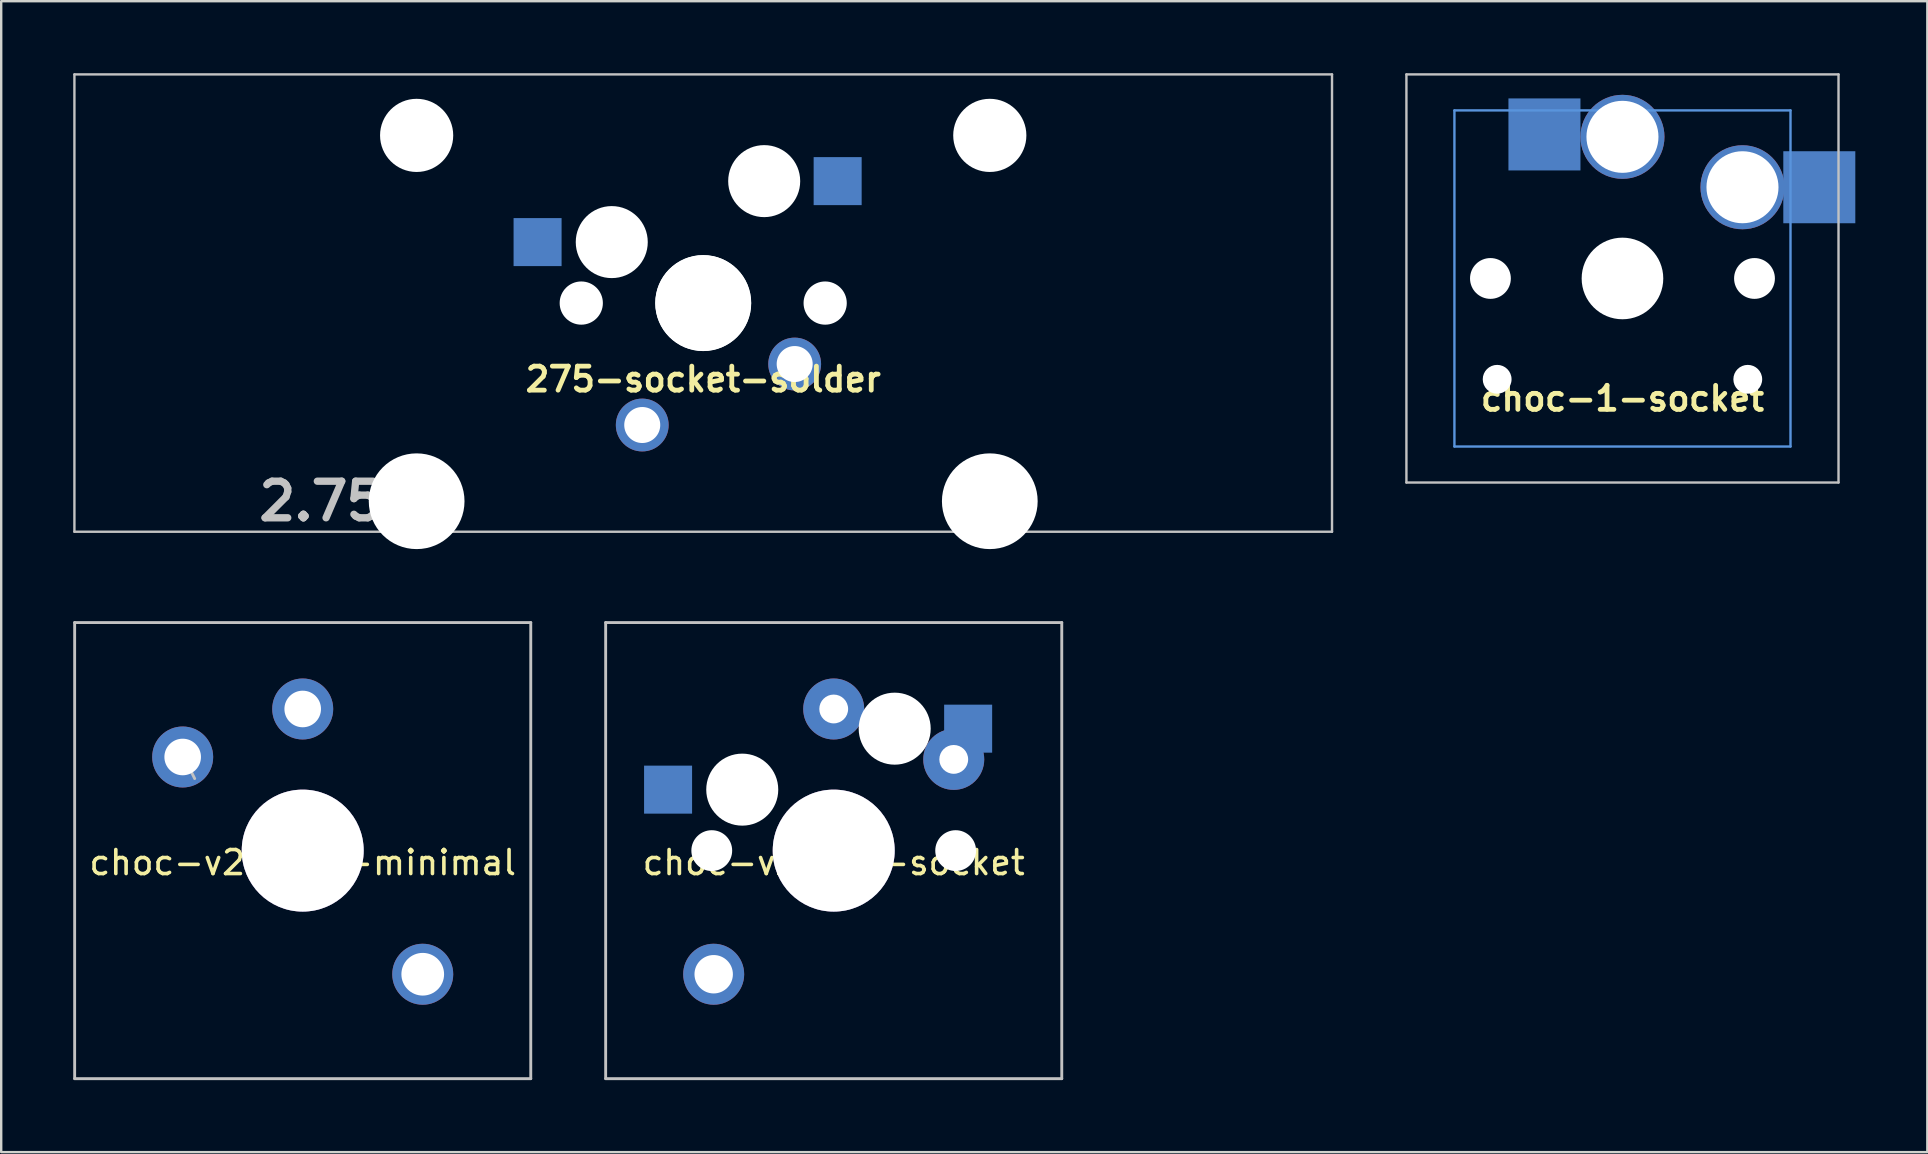
<source format=kicad_pcb>
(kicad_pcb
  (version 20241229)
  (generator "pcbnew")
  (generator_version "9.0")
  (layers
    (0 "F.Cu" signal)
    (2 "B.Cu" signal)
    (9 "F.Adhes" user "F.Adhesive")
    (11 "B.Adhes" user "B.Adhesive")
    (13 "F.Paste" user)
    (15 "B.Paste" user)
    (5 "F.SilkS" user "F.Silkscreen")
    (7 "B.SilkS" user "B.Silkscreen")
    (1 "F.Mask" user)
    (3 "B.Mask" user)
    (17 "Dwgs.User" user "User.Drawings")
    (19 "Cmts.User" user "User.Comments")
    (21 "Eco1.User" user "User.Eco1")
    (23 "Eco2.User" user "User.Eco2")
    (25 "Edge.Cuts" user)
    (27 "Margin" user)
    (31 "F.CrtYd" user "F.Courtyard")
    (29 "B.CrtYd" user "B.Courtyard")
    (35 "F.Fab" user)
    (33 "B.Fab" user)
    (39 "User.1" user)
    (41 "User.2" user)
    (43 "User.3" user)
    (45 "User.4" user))
  (footprint "choc-1-socket"
    (layer "F.Cu")
    (at 64.537 8.55)
    (property "Reference" "choc-1-socket" (at 0 5 180) (layer "F.SilkS") (effects (font (size 1 1) (thickness 0.2))))
    (attr through_hole)
    (fp_line (start -9 -8.5) (end 9 -8.5) (stroke (width 0.1) (type solid)) (layer "Dwgs.User"))
    (fp_line (start -9 8.5) (end -9 -8.5) (stroke (width 0.1) (type solid)) (layer "Dwgs.User"))
    (fp_line (start 9 -8.5) (end 9 8.5) (stroke (width 0.1) (type solid)) (layer "Dwgs.User"))
    (fp_line (start 9 8.5) (end -9 8.5) (stroke (width 0.1) (type solid)) (layer "Dwgs.User"))
    (fp_line (start -7 -7) (end 7 -7) (stroke (width 0.1) (type solid)) (layer "Cmts.User"))
    (fp_line (start -7 7) (end -7 -7) (stroke (width 0.1) (type solid)) (layer "Cmts.User"))
    (fp_line (start 7 -7) (end 7 7) (stroke (width 0.1) (type solid)) (layer "Cmts.User"))
    (fp_line (start 7 7) (end -7 7) (stroke (width 0.1) (type solid)) (layer "Cmts.User"))
    (pad "" np_thru_hole circle (at -5.5 0) (size 1.7 1.7) (drill 1.7) (layers "*.Cu" "*.Mask"))
    (pad "" np_thru_hole circle (at -5.22 4.2) (size 1.2 1.2) (drill 1.2) (layers "*.Cu" "*.Mask"))
    (pad "" np_thru_hole circle (at 0 0) (size 3.4 3.4) (drill 3.4) (layers "*.Cu" "*.Mask"))
    (pad "" np_thru_hole circle (at 5.22 4.2) (size 1.2 1.2) (drill 1.2) (layers "*.Cu" "*.Mask"))
    (pad "" np_thru_hole circle (at 5.5 0) (size 1.7 1.7) (drill 1.7) (layers "*.Cu" "*.Mask"))
    (pad "0" thru_hole circle (at 0 -5.9) (size 3.5 3.5) (drill 3) (layers "*.Cu" "*.Mask"))
    (pad "0" thru_hole circle (at 5 -3.8) (size 3.5 3.5) (drill 3) (layers "*.Cu" "*.Mask"))
    (pad "1" smd rect (at -3.25 -6) (size 3 3) (layers "B.Cu" "B.Mask" "B.Paste"))
    (pad "2" smd rect (at 8.2 -3.8) (size 3 3) (layers "B.Cu" "B.Mask" "B.Paste")))
  (footprint "275-socket-solder"
    (layer "F.Cu")
    (at 26.244 9.575)
    (property "Reference" "275-socket-solder" (at 0 3.175 0) (layer "F.SilkS") (effects (font (size 1 1) (thickness 0.2))))
    (attr through_hole)
    (fp_line (start -26.194 -9.525) (end 26.194 -9.525) (stroke (width 0.1) (type solid)) (layer "Dwgs.User"))
    (fp_line (start -26.194 9.525) (end -26.194 -9.525) (stroke (width 0.1) (type solid)) (layer "Dwgs.User"))
    (fp_line (start 26.194 -9.525) (end 26.194 9.525) (stroke (width 0.1) (type solid)) (layer "Dwgs.User"))
    (fp_line (start 26.194 9.525) (end -26.194 9.525) (stroke (width 0.1) (type solid)) (layer "Dwgs.User"))
    (fp_line (start -16.129 -2.286) (end -15.265 -2.286) (stroke (width 0.152) (type solid)) (layer "Eco2.User"))
    (fp_line (start -16.129 0.508) (end -16.129 -2.286) (stroke (width 0.152) (type solid)) (layer "Eco2.User"))
    (fp_line (start -15.265 -5.69) (end -8.611 -5.69) (stroke (width 0.152) (type solid)) (layer "Eco2.User"))
    (fp_line (start -15.265 -2.286) (end -15.265 -5.69) (stroke (width 0.152) (type solid)) (layer "Eco2.User"))
    (fp_line (start -15.265 0.508) (end -16.129 0.508) (stroke (width 0.152) (type solid)) (layer "Eco2.User"))
    (fp_line (start -15.265 6.604) (end -15.265 0.508) (stroke (width 0.152) (type solid)) (layer "Eco2.User"))
    (fp_line (start -14.224 6.604) (end -15.265 6.604) (stroke (width 0.152) (type solid)) (layer "Eco2.User"))
    (fp_line (start -14.224 7.772) (end -14.224 6.604) (stroke (width 0.152) (type solid)) (layer "Eco2.User"))
    (fp_line (start -9.652 6.604) (end -9.652 7.772) (stroke (width 0.152) (type solid)) (layer "Eco2.User"))
    (fp_line (start -9.652 7.772) (end -14.224 7.772) (stroke (width 0.152) (type solid)) (layer "Eco2.User"))
    (fp_line (start -8.611 -5.69) (end -8.611 -4.877) (stroke (width 0.152) (type solid)) (layer "Eco2.User"))
    (fp_line (start -8.611 -4.877) (end -6.985 -4.877) (stroke (width 0.152) (type solid)) (layer "Eco2.User"))
    (fp_line (start -8.611 5.817) (end -8.611 6.604) (stroke (width 0.152) (type solid)) (layer "Eco2.User"))
    (fp_line (start -8.611 6.604) (end -9.652 6.604) (stroke (width 0.152) (type solid)) (layer "Eco2.User"))
    (fp_line (start -6.985 -6.985) (end 6.985 -6.985) (stroke (width 0.152) (type solid)) (layer "Eco2.User"))
    (fp_line (start -6.985 -4.877) (end -6.985 -6.985) (stroke (width 0.152) (type solid)) (layer "Eco2.User"))
    (fp_line (start -6.985 5.817) (end -8.611 5.817) (stroke (width 0.152) (type solid)) (layer "Eco2.User"))
    (fp_line (start -6.985 6.985) (end -6.985 5.817) (stroke (width 0.152) (type solid)) (layer "Eco2.User"))
    (fp_line (start 6.985 -6.985) (end 6.985 -4.877) (stroke (width 0.152) (type solid)) (layer "Eco2.User"))
    (fp_line (start 6.985 -4.877) (end 8.611 -4.877) (stroke (width 0.152) (type solid)) (layer "Eco2.User"))
    (fp_line (start 6.985 5.817) (end 6.985 6.985) (stroke (width 0.152) (type solid)) (layer "Eco2.User"))
    (fp_line (start 6.985 6.985) (end -6.985 6.985) (stroke (width 0.152) (type solid)) (layer "Eco2.User"))
    (fp_line (start 8.611 -5.69) (end 15.265 -5.69) (stroke (width 0.152) (type solid)) (layer "Eco2.User"))
    (fp_line (start 8.611 -4.877) (end 8.611 -5.69) (stroke (width 0.152) (type solid)) (layer "Eco2.User"))
    (fp_line (start 8.611 5.817) (end 6.985 5.817) (stroke (width 0.152) (type solid)) (layer "Eco2.User"))
    (fp_line (start 8.611 6.604) (end 8.611 5.817) (stroke (width 0.152) (type solid)) (layer "Eco2.User"))
    (fp_line (start 9.652 6.604) (end 8.611 6.604) (stroke (width 0.152) (type solid)) (layer "Eco2.User"))
    (fp_line (start 9.652 7.772) (end 9.652 6.604) (stroke (width 0.152) (type solid)) (layer "Eco2.User"))
    (fp_line (start 14.224 6.604) (end 14.224 7.772) (stroke (width 0.152) (type solid)) (layer "Eco2.User"))
    (fp_line (start 14.224 7.772) (end 9.652 7.772) (stroke (width 0.152) (type solid)) (layer "Eco2.User"))
    (fp_line (start 15.265 -5.69) (end 15.265 -2.286) (stroke (width 0.152) (type solid)) (layer "Eco2.User"))
    (fp_line (start 15.265 -2.286) (end 16.129 -2.286) (stroke (width 0.152) (type solid)) (layer "Eco2.User"))
    (fp_line (start 15.265 0.508) (end 15.265 6.604) (stroke (width 0.152) (type solid)) (layer "Eco2.User"))
    (fp_line (start 15.265 6.604) (end 14.224 6.604) (stroke (width 0.152) (type solid)) (layer "Eco2.User"))
    (fp_line (start 16.129 -2.286) (end 16.129 0.508) (stroke (width 0.152) (type solid)) (layer "Eco2.User"))
    (fp_line (start 16.129 0.508) (end 15.265 0.508) (stroke (width 0.152) (type solid)) (layer "Eco2.User"))
    (fp_text user "2.75u" (at -15.24 8.255 0) (layer "Dwgs.User") (effects (font (size 1.524 1.524) (thickness 0.305))))
    (pad "" np_thru_hole circle (at -11.938 -6.985) (size 3.048 3.048) (drill 3.048) (layers "*.Cu" "*.Mask"))
    (pad "" np_thru_hole circle (at -11.938 8.255) (size 3.988 3.988) (drill 3.988) (layers "*.Cu" "*.Mask"))
    (pad "" np_thru_hole circle (at -5.08 0) (size 1.8 1.8) (drill 1.8) (layers "*.Cu" "*.Mask"))
    (pad "" np_thru_hole circle (at -3.81 -2.54 180) (size 3 3) (drill 3) (layers "*.Cu" "*.Mask"))
    (pad "" np_thru_hole circle (at 0 0) (size 3.988 3.988) (drill 3.988) (layers "*.Cu" "*.Mask"))
    (pad "" np_thru_hole circle (at 0 0 90) (size 4 4) (drill 4) (layers "*.Cu" "*.Mask"))
    (pad "" np_thru_hole circle (at 2.54 -5.08 180) (size 3 3) (drill 3) (layers "*.Cu" "*.Mask"))
    (pad "" np_thru_hole circle (at 5.08 0) (size 1.8 1.8) (drill 1.8) (layers "*.Cu" "*.Mask"))
    (pad "" np_thru_hole circle (at 11.938 -6.985) (size 3.048 3.048) (drill 3.048) (layers "*.Cu" "*.Mask"))
    (pad "" np_thru_hole circle (at 11.938 8.255) (size 3.988 3.988) (drill 3.988) (layers "*.Cu" "*.Mask"))
    (pad "1" smd rect (at -6.9 -2.54 180) (size 2 2) (layers "B.Cu" "B.Mask" "B.Paste"))
    (pad "1" thru_hole circle (at -2.54 5.08 180) (size 2.2 2.2) (drill 1.5) (layers "*.Cu" "*.Mask"))
    (pad "2" thru_hole circle (at 3.81 2.54 180) (size 2.2 2.2) (drill 1.5) (layers "*.Cu" "*.Mask"))
    (pad "2" smd rect (at 5.6 -5.08 180) (size 2 2) (layers "B.Cu" "B.Mask" "B.Paste")))
  (footprint "choc-v2-100-minimal"
    (layer "F.Cu")
    (at 9.56 32.384)
    (property "Reference" "choc-v2-100-minimal" (at 0 0.5 0) (layer "F.SilkS") (effects (font (size 1 1) (thickness 0.15))))
    (attr through_hole)
    (fp_line (start -9.5 -9.5) (end 9.5 -9.5) (stroke (width 0.12) (type solid)) (layer "Dwgs.User"))
    (fp_line (start -9.5 9.5) (end -9.5 -9.5) (stroke (width 0.12) (type solid)) (layer "Dwgs.User"))
    (fp_line (start -5 -4) (end -4.5 -3) (stroke (width 0.12) (type solid)) (layer "Dwgs.User"))
    (fp_line (start 9.5 -9.5) (end 9.5 9.5) (stroke (width 0.12) (type solid)) (layer "Dwgs.User"))
    (fp_line (start 9.5 9.5) (end -9.5 9.5) (stroke (width 0.12) (type solid)) (layer "Dwgs.User"))
    (pad "" thru_hole circle (at 0 0) (size 5.08 5.08) (drill 5.08) (layers "*.Cu" "*.Mask"))
    (pad "0" thru_hole circle (at 5 5.15) (size 2.54 2.54) (drill 1.778) (layers "*.Cu" "*.Mask"))
    (pad "1" thru_hole circle (at 0 -5.9) (size 2.54 2.54) (drill 1.524) (layers "*.Cu" "*.Mask"))
    (pad "2" thru_hole circle (at -5 -3.9) (size 2.54 2.54) (drill 1.524) (layers "*.Cu" "*.Mask")))
  (footprint "choc-v2-mx-socket"
    (layer "F.Cu")
    (at 31.68 32.384)
    (property "Reference" "choc-v2-mx-socket" (at 0 0.5 0) (layer "F.SilkS") (effects (font (size 1 1) (thickness 0.15))))
    (attr through_hole)
    (fp_line (start -9.5 -9.5) (end 9.5 -9.5) (stroke (width 0.12) (type solid)) (layer "Dwgs.User"))
    (fp_line (start -9.5 9.5) (end -9.5 -9.5) (stroke (width 0.12) (type solid)) (layer "Dwgs.User"))
    (fp_line (start 9.5 -9.5) (end 9.5 9.5) (stroke (width 0.12) (type solid)) (layer "Dwgs.User"))
    (fp_line (start 9.5 9.5) (end -9.5 9.5) (stroke (width 0.12) (type solid)) (layer "Dwgs.User"))
    (pad "" np_thru_hole circle (at -5.08 0) (size 1.7 1.7) (drill 1.7) (layers "*.Cu" "*.Mask"))
    (pad "" np_thru_hole circle (at -3.81 -2.54 180) (size 3 3) (drill 3) (layers "*.Cu" "*.Mask"))
    (pad "" np_thru_hole circle (at 0 0 90) (size 4 4) (drill 4) (layers "*.Cu" "*.Mask"))
    (pad "" thru_hole circle (at 0 0) (size 5.08 5.08) (drill 5.08) (layers "*.Cu" "*.Mask"))
    (pad "" np_thru_hole circle (at 2.54 -5.08 180) (size 3 3) (drill 3) (layers "*.Cu" "*.Mask"))
    (pad "" np_thru_hole circle (at 5.08 0) (size 1.7 1.7) (drill 1.7) (layers "*.Cu" "*.Mask"))
    (pad "0" thru_hole circle (at -5 5.15) (size 2.54 2.54) (drill 1.6) (layers "*.Cu" "*.Mask"))
    (pad "1" smd rect (at -6.9 -2.54 180) (size 2 2) (layers "B.Cu" "B.Mask" "B.Paste"))
    (pad "1" thru_hole circle (at 0 -5.9) (size 2.54 2.54) (drill 1.2) (layers "*.Cu" "*.Mask"))
    (pad "2" thru_hole circle (at 5 -3.8) (size 2.54 2.54) (drill 1.2) (layers "*.Cu" "*.Mask"))
    (pad "2" smd rect (at 5.6 -5.08 180) (size 2 2) (layers "B.Cu" "B.Mask" "B.Paste")))
  (gr_rect
    (start -3 -3)
    (end 77.237 44.944)
    (stroke (width 0.1) (type default))
    (fill no)
    (layer "Edge.Cuts")))
</source>
